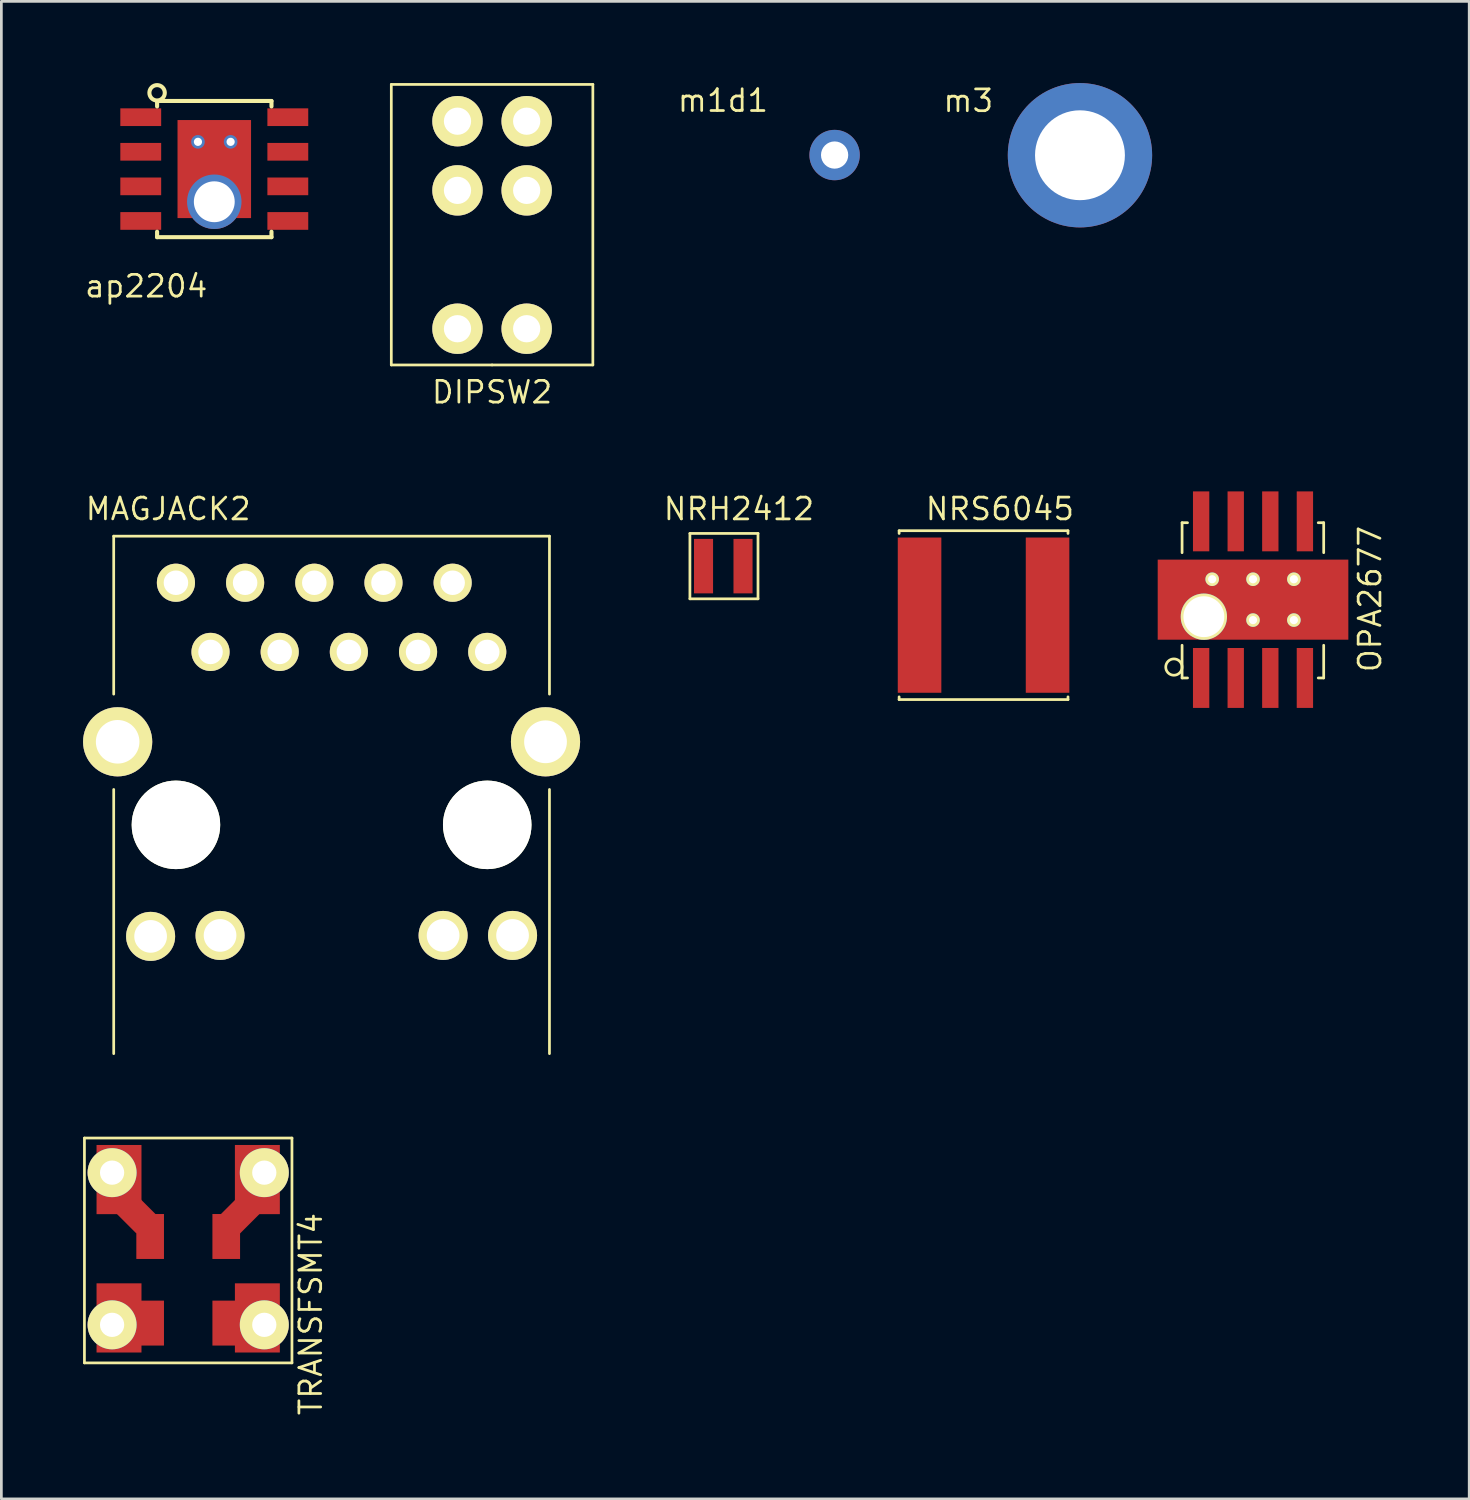
<source format=kicad_pcb>
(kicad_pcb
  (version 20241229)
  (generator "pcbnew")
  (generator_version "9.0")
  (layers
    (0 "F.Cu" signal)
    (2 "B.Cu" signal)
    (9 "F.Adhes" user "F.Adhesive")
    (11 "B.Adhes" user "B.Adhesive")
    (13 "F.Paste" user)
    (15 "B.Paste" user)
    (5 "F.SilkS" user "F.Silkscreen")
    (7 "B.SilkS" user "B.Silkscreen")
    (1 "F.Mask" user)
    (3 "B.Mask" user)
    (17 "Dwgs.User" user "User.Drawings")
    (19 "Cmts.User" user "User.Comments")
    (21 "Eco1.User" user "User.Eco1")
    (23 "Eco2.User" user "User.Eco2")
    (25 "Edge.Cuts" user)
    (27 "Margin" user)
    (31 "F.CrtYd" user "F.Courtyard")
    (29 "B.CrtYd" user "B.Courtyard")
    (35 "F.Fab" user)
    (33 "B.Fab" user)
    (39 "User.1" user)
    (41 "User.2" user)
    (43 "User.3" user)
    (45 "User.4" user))
  (footprint "m1d1"
    (layer "F.Cu")
    (at 27.595 2.643)
    (property "Reference" "m1d1" (at -4.1 -2 0) (layer "F.SilkS") (effects (font (size 0.8 0.8) (thickness 0.1))))
    (attr through_hole)
    (pad "1" thru_hole circle (at 0 0) (size 1.85 1.85) (drill 1) (layers "*.Cu" "*.Mask")))
  (footprint "MAGJACK2"
    (layer "F.Cu")
    (at 9.125 27.237)
    (property "Reference" "MAGJACK2" (at -6 -11.6 0) (layer "F.SilkS") (effects (font (size 0.8 0.8) (thickness 0.1))))
    (attr through_hole)
    (fp_line (start -8 -10.6) (end -8 -4.8) (stroke (width 0.1) (type solid)) (layer "F.SilkS"))
    (fp_line (start -8 -10.6) (end 8 -10.6) (stroke (width 0.1) (type solid)) (layer "F.SilkS"))
    (fp_line (start -8 -1.3) (end -8 8.4) (stroke (width 0.1) (type solid)) (layer "F.SilkS"))
    (fp_line (start 8 -10.6) (end 8 -4.8) (stroke (width 0.1) (type solid)) (layer "F.SilkS"))
    (fp_line (start 8 -1.3) (end 8 8.4) (stroke (width 0.1) (type solid)) (layer "F.SilkS"))
    (pad "" np_thru_hole circle (at -5.715 0) (size 3.25 3.25) (drill 3.25) (layers "*.Cu" "*.Mask" "F.SilkS"))
    (pad "" np_thru_hole circle (at 5.715 0) (size 3.25 3.25) (drill 3.25) (layers "*.Cu" "*.Mask" "F.SilkS"))
    (pad "1" thru_hole circle (at -5.715 -8.89) (size 1.4 1.4) (drill 0.9) (layers "*.Cu" "*.Mask" "F.SilkS"))
    (pad "2" thru_hole circle (at -4.445 -6.35) (size 1.4 1.4) (drill 0.9) (layers "*.Cu" "*.Mask" "F.SilkS"))
    (pad "3" thru_hole circle (at -3.175 -8.89) (size 1.4 1.4) (drill 0.9) (layers "*.Cu" "*.Mask" "F.SilkS"))
    (pad "4" thru_hole circle (at -1.905 -6.35) (size 1.4 1.4) (drill 0.9) (layers "*.Cu" "*.Mask" "F.SilkS"))
    (pad "5" thru_hole circle (at -0.635 -8.89) (size 1.4 1.4) (drill 0.9) (layers "*.Cu" "*.Mask" "F.SilkS"))
    (pad "6" thru_hole circle (at 0.635 -6.35) (size 1.4 1.4) (drill 0.9) (layers "*.Cu" "*.Mask" "F.SilkS"))
    (pad "7" thru_hole circle (at 1.905 -8.89) (size 1.4 1.4) (drill 0.9) (layers "*.Cu" "*.Mask" "F.SilkS"))
    (pad "8" thru_hole circle (at 3.175 -6.35) (size 1.4 1.4) (drill 0.9) (layers "*.Cu" "*.Mask" "F.SilkS"))
    (pad "9" thru_hole circle (at 4.445 -8.89) (size 1.4 1.4) (drill 0.9) (layers "*.Cu" "*.Mask" "F.SilkS"))
    (pad "10" thru_hole circle (at 5.715 -6.35) (size 1.4 1.4) (drill 0.9) (layers "*.Cu" "*.Mask" "F.SilkS"))
    (pad "11" thru_hole circle (at -6.645 4.095) (size 1.8 1.8) (drill 1.2) (layers "*.Cu" "*.Mask" "F.SilkS"))
    (pad "12" thru_hole circle (at -4.095 4.06) (size 1.8 1.8) (drill 1.2) (layers "*.Cu" "*.Mask" "F.SilkS"))
    (pad "13" thru_hole circle (at 4.095 4.06) (size 1.8 1.8) (drill 1.2) (layers "*.Cu" "*.Mask" "F.SilkS"))
    (pad "14" thru_hole circle (at 6.645 4.06) (size 1.8 1.8) (drill 1.2) (layers "*.Cu" "*.Mask" "F.SilkS"))
    (pad "15" thru_hole circle (at -7.855 -3.05) (size 2.54 2.54) (drill 1.6) (layers "*.Cu" "*.Mask" "F.SilkS"))
    (pad "15" thru_hole circle (at 7.855 -3.05) (size 2.54 2.54) (drill 1.57) (layers "*.Cu" "*.Mask" "F.SilkS")))
  (footprint "OPA2677"
    (layer "F.Cu")
    (at 41.053 21.843)
    (property "Reference" "OPA2677" (at 6.2 -2.9 90) (layer "F.SilkS") (effects (font (size 0.8 0.8) (thickness 0.1))))
    (attr through_hole)
    (fp_line (start -0.7 -5.7) (end -0.7 -4.6) (stroke (width 0.1) (type solid)) (layer "F.SilkS"))
    (fp_line (start -0.7 0) (end -0.7 -1.2) (stroke (width 0.1) (type solid)) (layer "F.SilkS"))
    (fp_line (start -0.5 -5.7) (end -0.7 -5.7) (stroke (width 0.1) (type solid)) (layer "F.SilkS"))
    (fp_line (start -0.5 0) (end -0.7 0) (stroke (width 0.1) (type solid)) (layer "F.SilkS"))
    (fp_line (start 4.3 -5.7) (end 4.5 -5.7) (stroke (width 0.1) (type solid)) (layer "F.SilkS"))
    (fp_line (start 4.3 0) (end 4.5 0) (stroke (width 0.1) (type solid)) (layer "F.SilkS"))
    (fp_line (start 4.5 -5.7) (end 4.5 -4.6) (stroke (width 0.1) (type solid)) (layer "F.SilkS"))
    (fp_line (start 4.5 0) (end 4.5 -1.2) (stroke (width 0.1) (type solid)) (layer "F.SilkS"))
    (fp_circle (center -1 -0.4) (end -1.3 -0.4) (stroke (width 0.1) (type solid)) (fill no) (layer "F.SilkS"))
    (pad "1" smd rect (at 0 0) (size 0.6 2.2) (layers "F.Cu" "F.Mask" "F.Paste"))
    (pad "2" smd rect (at 1.27 0) (size 0.6 2.2) (layers "F.Cu" "F.Mask" "F.Paste"))
    (pad "3" smd rect (at 2.54 0) (size 0.6 2.2) (layers "F.Cu" "F.Mask" "F.Paste"))
    (pad "4" thru_hole circle (at 0.1 -2.25) (size 1.7 1.7) (drill 1.5) (layers "*.Cu" "*.Mask" "F.SilkS"))
    (pad "4" thru_hole circle (at 0.405 -3.625) (size 0.5 0.5) (drill 0.3) (layers "*.Cu" "*.Mask" "F.SilkS"))
    (pad "4" thru_hole circle (at 1.905 -3.625) (size 0.5 0.5) (drill 0.3) (layers "*.Cu" "*.Mask" "F.SilkS"))
    (pad "4" smd rect (at 1.905 -2.875) (size 7 2.94) (layers "F.Cu" "F.Mask" "F.Paste"))
    (pad "4" thru_hole circle (at 1.905 -2.125) (size 0.5 0.5) (drill 0.3) (layers "*.Cu" "*.Mask" "F.SilkS"))
    (pad "4" thru_hole circle (at 3.405 -3.625) (size 0.5 0.5) (drill 0.3) (layers "*.Cu" "*.Mask" "F.SilkS"))
    (pad "4" thru_hole circle (at 3.405 -2.125) (size 0.5 0.5) (drill 0.3) (layers "*.Cu" "*.Mask" "F.SilkS"))
    (pad "4" smd rect (at 3.81 0) (size 0.6 2.2) (layers "F.Cu" "F.Mask" "F.Paste"))
    (pad "5" smd rect (at 3.81 -5.75) (size 0.6 2.2) (layers "F.Cu" "F.Mask" "F.Paste"))
    (pad "6" smd rect (at 2.54 -5.75) (size 0.6 2.2) (layers "F.Cu" "F.Mask" "F.Paste"))
    (pad "7" smd rect (at 1.27 -5.75) (size 0.6 2.2) (layers "F.Cu" "F.Mask" "F.Paste"))
    (pad "8" smd rect (at 0 -5.75) (size 0.6 2.2) (layers "F.Cu" "F.Mask" "F.Paste")))
  (footprint "m3"
    (layer "F.Cu")
    (at 36.604 2.65)
    (property "Reference" "m3" (at -4.1 -2 0) (layer "F.SilkS") (effects (font (size 0.8 0.8) (thickness 0.1))))
    (attr through_hole)
    (pad "1" thru_hole circle (at 0 0) (size 5.3 5.3) (drill 3.3) (layers "*.Cu" "*.Mask")))
  (footprint "TRANSFSMT4"
    (layer "F.Cu")
    (at 3.86 42.801)
    (property "Reference" "TRANSFSMT4" (at 4.5 2.4 90) (layer "F.SilkS") (effects (font (size 0.8 0.8) (thickness 0.1))))
    (attr through_hole)
    (fp_line (start -3.81 -4.064) (end -3.81 4.191) (stroke (width 0.1) (type solid)) (layer "F.SilkS"))
    (fp_line (start -3.81 -4.064) (end 3.81 -4.064) (stroke (width 0.1) (type solid)) (layer "F.SilkS"))
    (fp_line (start -3.81 4.191) (end 3.81 4.191) (stroke (width 0.1) (type solid)) (layer "F.SilkS"))
    (fp_line (start 3.81 4.191) (end 3.81 -4.064) (stroke (width 0.1) (type solid)) (layer "F.SilkS"))
    (pad "1" smd rect (at 1.397 -0.45) (size 1.015 1.65) (layers "F.Cu" "F.Mask" "F.Paste"))
    (pad "1" smd rect (at 1.905 -1.27 45) (size 1 1) (layers "F.Cu" "F.Mask" "F.Paste"))
    (pad "1" smd rect (at 2.54 -2.54) (size 1.65 2.54) (layers "F.Cu" "F.Mask" "F.Paste"))
    (pad "1" thru_hole circle (at 2.794 -2.794) (size 1.8 1.8) (drill 0.89) (layers "*.Cu" "*.Mask" "F.SilkS"))
    (pad "2" thru_hole circle (at -2.794 -2.794) (size 1.8 1.8) (drill 0.89) (layers "*.Cu" "*.Mask" "F.SilkS"))
    (pad "2" smd rect (at -2.54 -2.54) (size 1.65 2.54) (layers "F.Cu" "F.Mask" "F.Paste"))
    (pad "2" smd rect (at -1.905 -1.27 45) (size 1 1) (layers "F.Cu" "F.Mask" "F.Paste"))
    (pad "2" smd rect (at -1.397 -0.45) (size 1.015 1.65) (layers "F.Cu" "F.Mask" "F.Paste"))
    (pad "3" thru_hole circle (at -2.794 2.794) (size 1.8 1.8) (drill 0.89) (layers "*.Cu" "*.Mask" "F.SilkS"))
    (pad "3" smd rect (at -2.54 2.54) (size 1.65 2.54) (layers "F.Cu" "F.Mask" "F.Paste"))
    (pad "3" smd rect (at -1.397 2.73) (size 1.015 1.65) (layers "F.Cu" "F.Mask" "F.Paste"))
    (pad "4" smd rect (at 1.397 2.73) (size 1.015 1.65) (layers "F.Cu" "F.Mask" "F.Paste"))
    (pad "4" smd rect (at 2.54 2.54) (size 1.65 2.54) (layers "F.Cu" "F.Mask" "F.Paste"))
    (pad "4" thru_hole circle (at 2.794 2.794) (size 1.8 1.8) (drill 0.89) (layers "*.Cu" "*.Mask" "F.SilkS")))
  (footprint "ap2204"
    (layer "F.Cu")
    (at 4.818 3.158)
    (property "Reference" "ap2204" (at -2.5 4.3 0) (layer "F.SilkS") (effects (font (size 0.8 0.8) (thickness 0.1))))
    (attr through_hole)
    (fp_line (start -2.1 -2.5) (end 2.1 -2.5) (stroke (width 0.15) (type solid)) (layer "F.SilkS"))
    (fp_line (start -2.1 -2.3) (end -2.1 -2.5) (stroke (width 0.15) (type solid)) (layer "F.SilkS"))
    (fp_line (start -2.1 2.3) (end -2.1 2.5) (stroke (width 0.15) (type solid)) (layer "F.SilkS"))
    (fp_line (start -2.1 2.5) (end 2.1 2.5) (stroke (width 0.15) (type solid)) (layer "F.SilkS"))
    (fp_line (start 2.1 -2.5) (end 2.1 -2.3) (stroke (width 0.15) (type solid)) (layer "F.SilkS"))
    (fp_line (start 2.1 2.5) (end 2.1 2.3) (stroke (width 0.15) (type solid)) (layer "F.SilkS"))
    (fp_circle (center -2.1 -2.8) (end -2.3 -3) (stroke (width 0.15) (type solid)) (fill no) (layer "F.SilkS"))
    (pad "1" smd rect (at -2.7 -1.905) (size 1.5 0.65) (layers "F.Cu" "F.Mask" "F.Paste"))
    (pad "2" smd rect (at -2.7 -0.635) (size 1.5 0.65) (layers "F.Cu" "F.Mask" "F.Paste"))
    (pad "3" smd rect (at -2.7 0.635) (size 1.5 0.65) (layers "F.Cu" "F.Mask" "F.Paste"))
    (pad "4" smd rect (at -2.7 1.905) (size 1.5 0.65) (layers "F.Cu" "F.Mask" "F.Paste"))
    (pad "5" smd rect (at 2.7 1.905) (size 1.5 0.65) (layers "F.Cu" "F.Mask" "F.Paste"))
    (pad "6" smd rect (at 2.7 0.635) (size 1.5 0.65) (layers "F.Cu" "F.Mask" "F.Paste"))
    (pad "7" thru_hole circle (at -0.6 -1) (size 0.5 0.5) (drill 0.3) (layers "*.Cu" "*.Mask"))
    (pad "7" smd rect (at 0 0) (size 2.7 3.6) (layers "F.Cu" "F.Mask" "F.Paste"))
    (pad "7" thru_hole circle (at 0 1.2) (size 2 2) (drill 1.5) (layers "*.Cu" "*.Mask"))
    (pad "7" thru_hole circle (at 0.6 -1) (size 0.5 0.5) (drill 0.3) (layers "*.Cu" "*.Mask"))
    (pad "7" smd rect (at 2.7 -0.635) (size 1.5 0.65) (layers "F.Cu" "F.Mask" "F.Paste"))
    (pad "8" smd rect (at 2.7 -1.905) (size 1.5 0.65) (layers "F.Cu" "F.Mask" "F.Paste")))
  (footprint "NRH2412"
    (layer "F.Cu")
    (at 22.782 17.737)
    (property "Reference" "NRH2412" (at 1.3 -2.1 0) (layer "F.SilkS") (effects (font (size 0.8 0.8) (thickness 0.1))))
    (attr through_hole)
    (fp_line (start -0.5 -1.2) (end -0.5 1.2) (stroke (width 0.1) (type solid)) (layer "F.SilkS"))
    (fp_line (start -0.5 1.2) (end 2 1.2) (stroke (width 0.1) (type solid)) (layer "F.SilkS"))
    (fp_line (start 2 -1.2) (end -0.5 -1.2) (stroke (width 0.1) (type solid)) (layer "F.SilkS"))
    (fp_line (start 2 1.2) (end 2 -1.2) (stroke (width 0.1) (type solid)) (layer "F.SilkS"))
    (pad "1" smd rect (at 0 0) (size 0.7 2) (layers "F.Cu" "F.Mask" "F.Paste"))
    (pad "2" smd rect (at 1.45 0) (size 0.7 2) (layers "F.Cu" "F.Mask" "F.Paste")))
  (footprint "NRS6045"
    (layer "F.Cu")
    (at 33.064 19.537)
    (property "Reference" "NRS6045" (at 0.6 -3.9 0) (layer "F.SilkS") (effects (font (size 0.8 0.8) (thickness 0.1))))
    (attr through_hole)
    (fp_line (start -3.1 -3.1) (end 3.1 -3.1) (stroke (width 0.1) (type solid)) (layer "F.SilkS"))
    (fp_line (start -3.1 -3) (end -3.1 -3.1) (stroke (width 0.1) (type solid)) (layer "F.SilkS"))
    (fp_line (start -3.1 3) (end -3.1 3.1) (stroke (width 0.1) (type solid)) (layer "F.SilkS"))
    (fp_line (start -3.1 3.1) (end 3.1 3.1) (stroke (width 0.1) (type solid)) (layer "F.SilkS"))
    (fp_line (start 3.1 -3.1) (end 3.1 -3) (stroke (width 0.1) (type solid)) (layer "F.SilkS"))
    (fp_line (start 3.1 3.1) (end 3.1 3) (stroke (width 0.1) (type solid)) (layer "F.SilkS"))
    (pad "1" smd rect (at -2.35 0) (size 1.6 5.7) (layers "F.Cu" "F.Mask" "F.Paste"))
    (pad "2" smd rect (at 2.35 0) (size 1.6 5.7) (layers "F.Cu" "F.Mask" "F.Paste")))
  (footprint "DIPSW2"
    (layer "F.Cu")
    (at 15.018 7.75)
    (property "Reference" "DIPSW2" (at 0 3.6 0) (layer "F.SilkS") (effects (font (size 0.8 0.8) (thickness 0.1))))
    (attr through_hole)
    (fp_line (start -3.7 -7.7) (end -3.7 2.6) (stroke (width 0.1) (type solid)) (layer "F.SilkS"))
    (fp_line (start -3.7 2.6) (end 0 2.6) (stroke (width 0.1) (type solid)) (layer "F.SilkS"))
    (fp_line (start 0 2.6) (end 3.7 2.6) (stroke (width 0.1) (type solid)) (layer "F.SilkS"))
    (fp_line (start 3.7 -7.7) (end -3.7 -7.7) (stroke (width 0.1) (type solid)) (layer "F.SilkS"))
    (fp_line (start 3.7 2.6) (end 3.7 -7.7) (stroke (width 0.1) (type solid)) (layer "F.SilkS"))
    (pad "1" thru_hole circle (at -1.27 -3.81) (size 1.85 1.85) (drill 1) (layers "*.Cu" "*.Mask" "F.SilkS"))
    (pad "1" thru_hole circle (at -1.27 1.27) (size 1.85 1.85) (drill 1) (layers "*.Cu" "*.Mask" "F.SilkS"))
    (pad "2" thru_hole circle (at 1.27 -3.81) (size 1.85 1.85) (drill 1) (layers "*.Cu" "*.Mask" "F.SilkS"))
    (pad "2" thru_hole circle (at 1.27 1.27) (size 1.85 1.85) (drill 1) (layers "*.Cu" "*.Mask" "F.SilkS"))
    (pad "3" thru_hole circle (at 1.27 -6.35) (size 1.85 1.85) (drill 1) (layers "*.Cu" "*.Mask" "F.SilkS"))
    (pad "4" thru_hole circle (at -1.27 -6.35) (size 1.85 1.85) (drill 1) (layers "*.Cu" "*.Mask" "F.SilkS")))
  (gr_rect
    (start -3 -3)
    (end 50.896 51.985)
    (stroke (width 0.1) (type default))
    (fill no)
    (layer "Edge.Cuts")))
</source>
